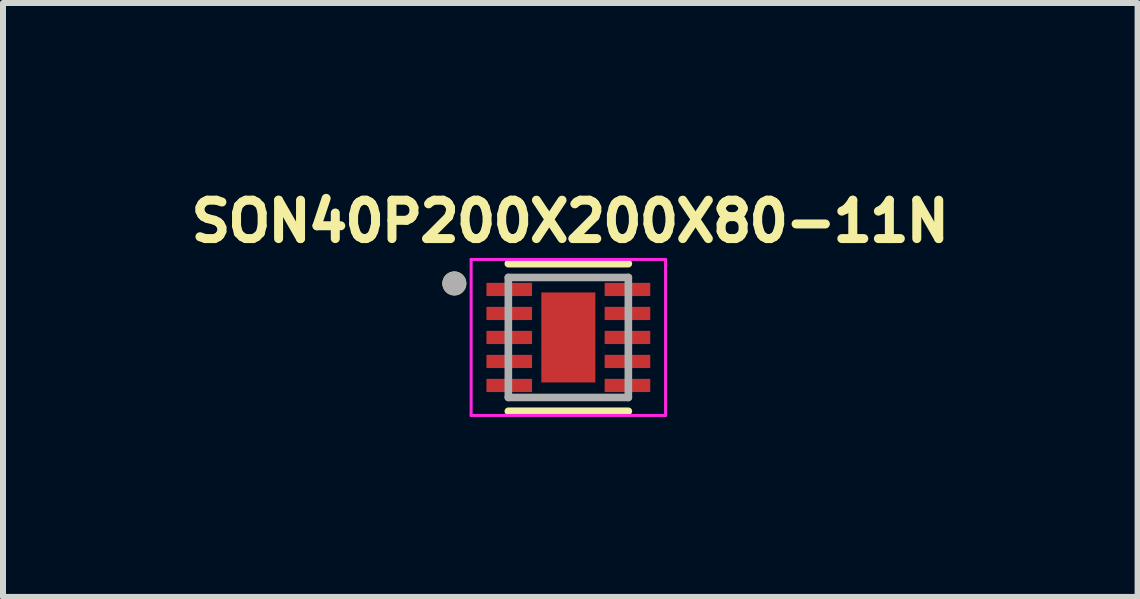
<source format=kicad_pcb>
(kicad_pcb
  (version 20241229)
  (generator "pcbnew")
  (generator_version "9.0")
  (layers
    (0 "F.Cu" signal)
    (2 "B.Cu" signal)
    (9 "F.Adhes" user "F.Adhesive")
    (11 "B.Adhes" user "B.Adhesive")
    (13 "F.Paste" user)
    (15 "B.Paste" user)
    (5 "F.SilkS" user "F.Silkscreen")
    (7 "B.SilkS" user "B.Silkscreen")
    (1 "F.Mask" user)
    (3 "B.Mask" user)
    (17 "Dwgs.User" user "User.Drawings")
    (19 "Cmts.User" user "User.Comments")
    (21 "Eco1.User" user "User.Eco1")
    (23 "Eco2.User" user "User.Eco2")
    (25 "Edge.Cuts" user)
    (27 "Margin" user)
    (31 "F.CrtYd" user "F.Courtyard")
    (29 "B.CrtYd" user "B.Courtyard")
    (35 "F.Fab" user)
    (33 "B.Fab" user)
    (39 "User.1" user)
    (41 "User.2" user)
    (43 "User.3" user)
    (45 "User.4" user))
  (footprint "SON40P200X200X80-11N"
    (layer "F.Cu")
    (at 6.422 2.574)
    (property "Reference" "SON40P200X200X80-11N" (at 0.032 -1.936 0) (layer "F.SilkS") (effects (font (size 0.64 0.64) (thickness 0.15))))
    (attr through_hole)
    (fp_line (start -1 -1.23) (end 1 -1.23) (stroke (width 0.127) (type solid)) (layer "F.SilkS"))
    (fp_line (start -1 1.23) (end 1 1.23) (stroke (width 0.127) (type solid)) (layer "F.SilkS"))
    (fp_circle (center -1.9 -0.9) (end -1.8 -0.9) (stroke (width 0.2) (type solid)) (fill no) (layer "F.SilkS"))
    (fp_poly (pts (xy -0.285 -0.475) (xy 0.285 -0.475) (xy 0.285 0.475) (xy -0.285 0.475)) (stroke (width 0.01) (type solid)) (fill yes) (layer "F.Paste"))
    (fp_line (start -1.62 -1.3) (end 1.62 -1.3) (stroke (width 0.05) (type solid)) (layer "F.CrtYd"))
    (fp_line (start -1.62 1.3) (end -1.62 -1.3) (stroke (width 0.05) (type solid)) (layer "F.CrtYd"))
    (fp_line (start 1.62 -1.3) (end 1.62 1.3) (stroke (width 0.05) (type solid)) (layer "F.CrtYd"))
    (fp_line (start 1.62 1.3) (end -1.62 1.3) (stroke (width 0.05) (type solid)) (layer "F.CrtYd"))
    (fp_line (start -1 -1) (end 1 -1) (stroke (width 0.127) (type solid)) (layer "F.Fab"))
    (fp_line (start -1 1) (end -1 -1) (stroke (width 0.127) (type solid)) (layer "F.Fab"))
    (fp_line (start 1 -1) (end 1 1) (stroke (width 0.127) (type solid)) (layer "F.Fab"))
    (fp_line (start 1 1) (end -1 1) (stroke (width 0.127) (type solid)) (layer "F.Fab"))
    (fp_circle (center -1.9 -0.9) (end -1.8 -0.9) (stroke (width 0.2) (type solid)) (fill no) (layer "F.Fab"))
    (pad "1" smd rect (at -0.985 -0.8) (size 0.76 0.22) (layers "F.Cu" "F.Mask" "F.Paste"))
    (pad "2" smd rect (at -0.985 -0.4) (size 0.76 0.22) (layers "F.Cu" "F.Mask" "F.Paste"))
    (pad "3" smd rect (at -0.985 0) (size 0.76 0.22) (layers "F.Cu" "F.Mask" "F.Paste"))
    (pad "4" smd rect (at -0.985 0.4) (size 0.76 0.22) (layers "F.Cu" "F.Mask" "F.Paste"))
    (pad "5" smd rect (at -0.985 0.8) (size 0.76 0.22) (layers "F.Cu" "F.Mask" "F.Paste"))
    (pad "6" smd rect (at 0.985 0.8) (size 0.76 0.22) (layers "F.Cu" "F.Mask" "F.Paste"))
    (pad "7" smd rect (at 0.985 0.4) (size 0.76 0.22) (layers "F.Cu" "F.Mask" "F.Paste"))
    (pad "8" smd rect (at 0.985 0) (size 0.76 0.22) (layers "F.Cu" "F.Mask" "F.Paste"))
    (pad "9" smd rect (at 0.985 -0.4) (size 0.76 0.22) (layers "F.Cu" "F.Mask" "F.Paste"))
    (pad "10" smd rect (at 0.985 -0.8) (size 0.76 0.22) (layers "F.Cu" "F.Mask" "F.Paste"))
    (pad "11" smd rect (at 0 0) (size 0.9 1.5) (layers "F.Cu" "F.Mask")))
  (gr_rect
    (start -3 -3)
    (end 15.909 6.899)
    (stroke (width 0.1) (type default))
    (fill no)
    (layer "Edge.Cuts")))
</source>
